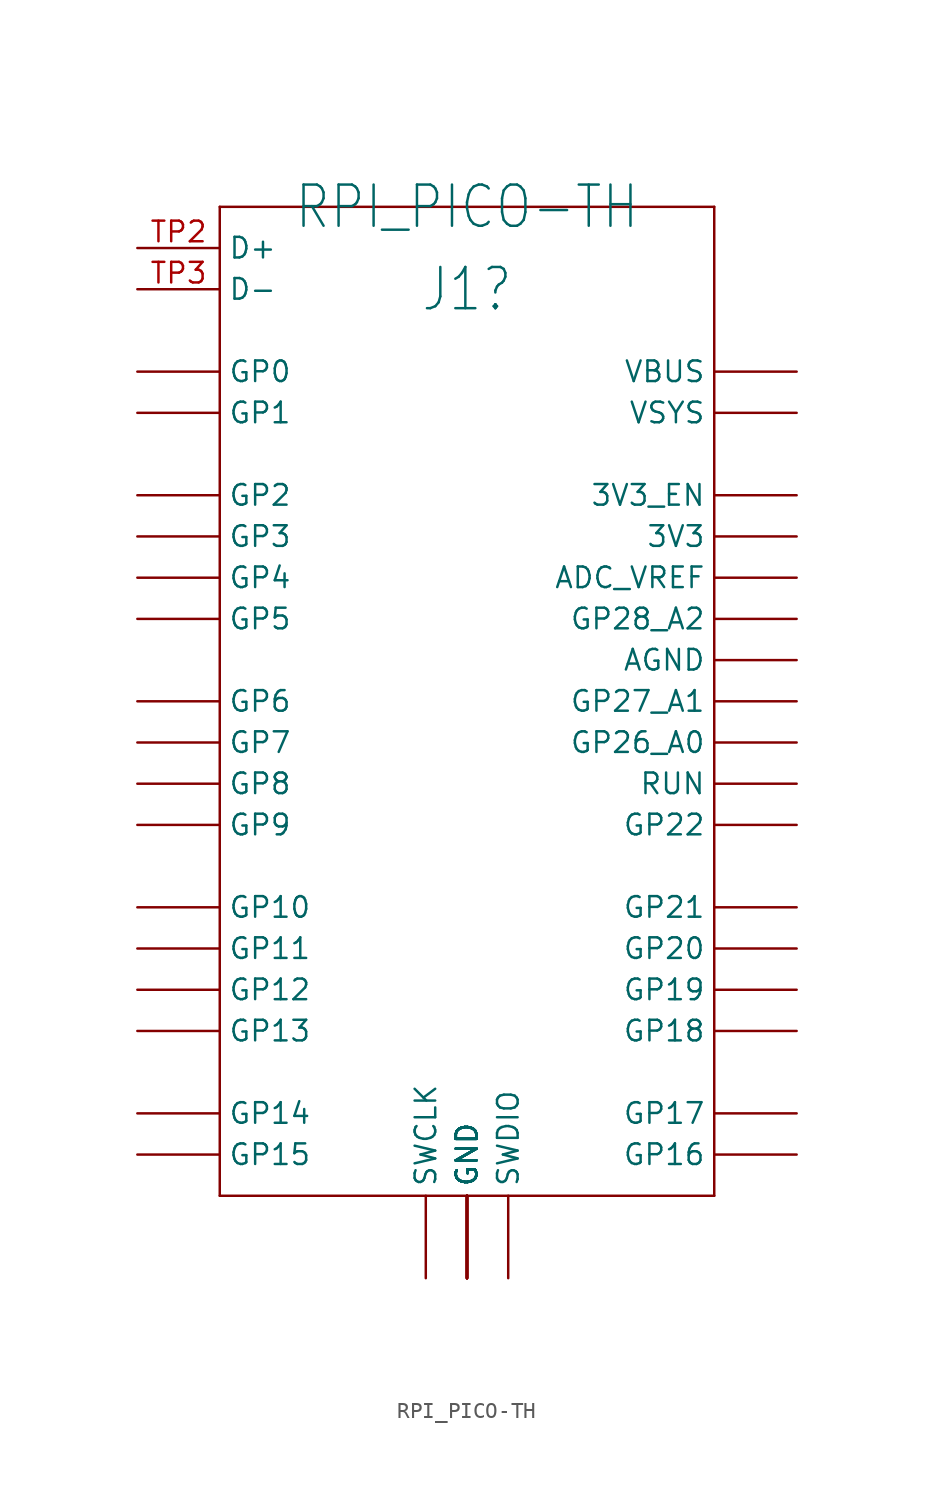
<source format=kicad_sym>
(kicad_symbol_lib
  (version 20211014)
  (generator kicad_symbol_editor)
  (symbol "RPI_PICO-TH"
    (property "Reference" "J1"
      (at 0 30.48 0)
      (effects (font (size 2.54 2.159))))
    (property "Value" "RPI_PICO-TH"
      (at 0 35.56 0)
      (effects (font (size 2.54 2.159))))
    (property "ki_locked" ""
      (at 0 0 0)
      (effects (font (size 1.27 1.27))))
    (symbol "RPI_PICO-TH_1_0"
      (polyline (pts (xy -15.24 -25.4) (xy 15.24 -25.4)) (stroke (width 0.152) (type default) (color 0 0 0 0)) (fill (type none)))
      (polyline (pts (xy -15.24 35.56) (xy -15.24 -25.4)) (stroke (width 0.152) (type default) (color 0 0 0 0)) (fill (type none)))
      (polyline (pts (xy 15.24 -25.4) (xy 15.24 35.56)) (stroke (width 0.152) (type default) (color 0 0 0 0)) (fill (type none)))
      (polyline (pts (xy 15.24 35.56) (xy -15.24 35.56)) (stroke (width 0.152) (type default) (color 0 0 0 0)) (fill (type none)))
      (pin bidirectional line (at 20.32 15.24 180) (length 5.08) (name "3V3" (effects (font (size 1.27 1.27)))) (number "3V3" (effects (font (size 0 0)))))
      (pin bidirectional line (at 20.32 17.78 180) (length 5.08) (name "3V3_EN" (effects (font (size 1.27 1.27)))) (number "3V3_EN" (effects (font (size 0 0)))))
      (pin bidirectional line (at 20.32 12.7 180) (length 5.08) (name "ADC_VREF" (effects (font (size 1.27 1.27)))) (number "ADC_VREF" (effects (font (size 0 0)))))
      (pin bidirectional line (at 20.32 7.62 180) (length 5.08) (name "AGND" (effects (font (size 1.27 1.27)))) (number "AGND" (effects (font (size 0 0)))))
      (pin bidirectional line (at 0 -30.48 90) (length 5.08) (name "GND" (effects (font (size 1.27 1.27)))) (number "GND@1" (effects (font (size 0 0)))))
      (pin bidirectional line (at 0 -30.48 90) (length 5.08) (name "GND" (effects (font (size 1.27 1.27)))) (number "GND@2" (effects (font (size 0 0)))))
      (pin bidirectional line (at 0 -30.48 90) (length 5.08) (name "GND" (effects (font (size 1.27 1.27)))) (number "GND@3" (effects (font (size 0 0)))))
      (pin bidirectional line (at 0 -30.48 90) (length 5.08) (name "GND" (effects (font (size 1.27 1.27)))) (number "GND@4" (effects (font (size 0 0)))))
      (pin bidirectional line (at 0 -30.48 90) (length 5.08) (name "GND" (effects (font (size 1.27 1.27)))) (number "GND@5" (effects (font (size 0 0)))))
      (pin bidirectional line (at 0 -30.48 90) (length 5.08) (name "GND" (effects (font (size 1.27 1.27)))) (number "GND@6" (effects (font (size 0 0)))))
      (pin bidirectional line (at 0 -30.48 90) (length 5.08) (name "GND" (effects (font (size 1.27 1.27)))) (number "GND@7" (effects (font (size 0 0)))))
      (pin bidirectional line (at 0 -30.48 90) (length 5.08) (name "GND" (effects (font (size 1.27 1.27)))) (number "GND@8" (effects (font (size 0 0)))))
      (pin bidirectional line (at -20.32 25.4 0) (length 5.08) (name "GP0" (effects (font (size 1.27 1.27)))) (number "GP0" (effects (font (size 0 0)))))
      (pin bidirectional line (at -20.32 22.86 0) (length 5.08) (name "GP1" (effects (font (size 1.27 1.27)))) (number "GP1" (effects (font (size 0 0)))))
      (pin bidirectional line (at -20.32 -7.62 0) (length 5.08) (name "GP10" (effects (font (size 1.27 1.27)))) (number "GP10" (effects (font (size 0 0)))))
      (pin bidirectional line (at -20.32 -10.16 0) (length 5.08) (name "GP11" (effects (font (size 1.27 1.27)))) (number "GP11" (effects (font (size 0 0)))))
      (pin bidirectional line (at -20.32 -12.7 0) (length 5.08) (name "GP12" (effects (font (size 1.27 1.27)))) (number "GP12" (effects (font (size 0 0)))))
      (pin bidirectional line (at -20.32 -15.24 0) (length 5.08) (name "GP13" (effects (font (size 1.27 1.27)))) (number "GP13" (effects (font (size 0 0)))))
      (pin bidirectional line (at -20.32 -20.32 0) (length 5.08) (name "GP14" (effects (font (size 1.27 1.27)))) (number "GP14" (effects (font (size 0 0)))))
      (pin bidirectional line (at -20.32 -22.86 0) (length 5.08) (name "GP15" (effects (font (size 1.27 1.27)))) (number "GP15" (effects (font (size 0 0)))))
      (pin bidirectional line (at 20.32 -22.86 180) (length 5.08) (name "GP16" (effects (font (size 1.27 1.27)))) (number "GP16" (effects (font (size 0 0)))))
      (pin bidirectional line (at 20.32 -20.32 180) (length 5.08) (name "GP17" (effects (font (size 1.27 1.27)))) (number "GP17" (effects (font (size 0 0)))))
      (pin bidirectional line (at 20.32 -15.24 180) (length 5.08) (name "GP18" (effects (font (size 1.27 1.27)))) (number "GP18" (effects (font (size 0 0)))))
      (pin bidirectional line (at 20.32 -12.7 180) (length 5.08) (name "GP19" (effects (font (size 1.27 1.27)))) (number "GP19" (effects (font (size 0 0)))))
      (pin bidirectional line (at -20.32 17.78 0) (length 5.08) (name "GP2" (effects (font (size 1.27 1.27)))) (number "GP2" (effects (font (size 0 0)))))
      (pin bidirectional line (at 20.32 -10.16 180) (length 5.08) (name "GP20" (effects (font (size 1.27 1.27)))) (number "GP20" (effects (font (size 0 0)))))
      (pin bidirectional line (at 20.32 -7.62 180) (length 5.08) (name "GP21" (effects (font (size 1.27 1.27)))) (number "GP21" (effects (font (size 0 0)))))
      (pin bidirectional line (at 20.32 -2.54 180) (length 5.08) (name "GP22" (effects (font (size 1.27 1.27)))) (number "GP22" (effects (font (size 0 0)))))
      (pin bidirectional line (at 20.32 2.54 180) (length 5.08) (name "GP26_A0" (effects (font (size 1.27 1.27)))) (number "GP26_A0" (effects (font (size 0 0)))))
      (pin bidirectional line (at 20.32 5.08 180) (length 5.08) (name "GP27_A1" (effects (font (size 1.27 1.27)))) (number "GP27_A1" (effects (font (size 0 0)))))
      (pin bidirectional line (at 20.32 10.16 180) (length 5.08) (name "GP28_A2" (effects (font (size 1.27 1.27)))) (number "GP28_A2" (effects (font (size 0 0)))))
      (pin bidirectional line (at -20.32 15.24 0) (length 5.08) (name "GP3" (effects (font (size 1.27 1.27)))) (number "GP3" (effects (font (size 0 0)))))
      (pin bidirectional line (at -20.32 12.7 0) (length 5.08) (name "GP4" (effects (font (size 1.27 1.27)))) (number "GP4" (effects (font (size 0 0)))))
      (pin bidirectional line (at -20.32 10.16 0) (length 5.08) (name "GP5" (effects (font (size 1.27 1.27)))) (number "GP5" (effects (font (size 0 0)))))
      (pin bidirectional line (at -20.32 5.08 0) (length 5.08) (name "GP6" (effects (font (size 1.27 1.27)))) (number "GP6" (effects (font (size 0 0)))))
      (pin bidirectional line (at -20.32 2.54 0) (length 5.08) (name "GP7" (effects (font (size 1.27 1.27)))) (number "GP7" (effects (font (size 0 0)))))
      (pin bidirectional line (at -20.32 0 0) (length 5.08) (name "GP8" (effects (font (size 1.27 1.27)))) (number "GP8" (effects (font (size 0 0)))))
      (pin bidirectional line (at -20.32 -2.54 0) (length 5.08) (name "GP9" (effects (font (size 1.27 1.27)))) (number "GP9" (effects (font (size 0 0)))))
      (pin bidirectional line (at 20.32 0 180) (length 5.08) (name "RUN" (effects (font (size 1.27 1.27)))) (number "RUN" (effects (font (size 0 0)))))
      (pin bidirectional line (at -2.54 -30.48 90) (length 5.08) (name "SWCLK" (effects (font (size 1.27 1.27)))) (number "SWCLK" (effects (font (size 0 0)))))
      (pin bidirectional line (at 2.54 -30.48 90) (length 5.08) (name "SWDIO" (effects (font (size 1.27 1.27)))) (number "SWDIO" (effects (font (size 0 0)))))
      (pin bidirectional line (at -20.32 33.02 0) (length 5.08) (name "D+" (effects (font (size 1.27 1.27)))) (number "TP2" (effects (font (size 1.27 1.27)))))
      (pin bidirectional line (at -20.32 30.48 0) (length 5.08) (name "D-" (effects (font (size 1.27 1.27)))) (number "TP3" (effects (font (size 1.27 1.27)))))
      (pin bidirectional line (at 20.32 25.4 180) (length 5.08) (name "VBUS" (effects (font (size 1.27 1.27)))) (number "VBUS" (effects (font (size 0 0)))))
      (pin bidirectional line (at 20.32 22.86 180) (length 5.08) (name "VSYS" (effects (font (size 1.27 1.27)))) (number "VSYS" (effects (font (size 0 0))))))))
</source>
